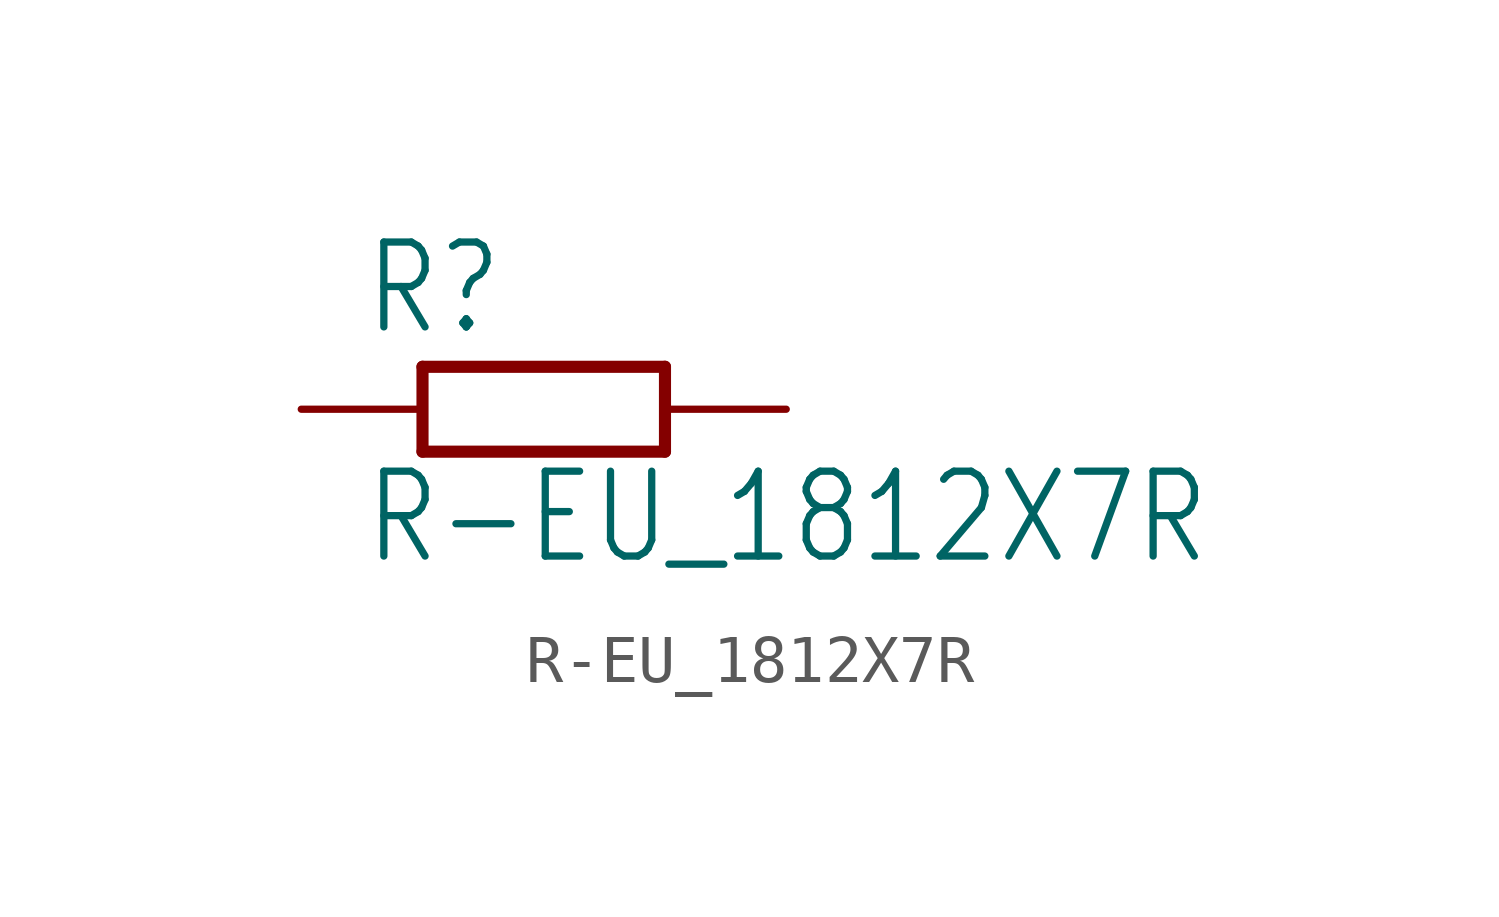
<source format=kicad_sym>
(kicad_symbol_lib
  (version 20220331)
  (generator kicad_symbol_editor)
  (symbol "R-EU_1812X7R"
    (property "Reference" "R"
      (at -3.81 1.499 0)
      (effects (font (size 1.778 1.511)) (justify left bottom)))
    (property "Value" "R-EU_1812X7R"
      (at -3.81 -3.302 0)
      (effects (font (size 1.778 1.511)) (justify left bottom)))
    (property "ki_locked" ""
      (at 0 0 0)
      (effects (font (size 1.27 1.27))))
    (symbol "R-EU_1812X7R_1_0"
      (polyline (pts (xy -2.54 -0.889) (xy -2.54 0.889)) (stroke (width 0.254) (type solid)) (fill (type none)))
      (polyline (pts (xy -2.54 -0.889) (xy 2.54 -0.889)) (stroke (width 0.254) (type solid)) (fill (type none)))
      (polyline (pts (xy 2.54 -0.889) (xy 2.54 0.889)) (stroke (width 0.254) (type solid)) (fill (type none)))
      (polyline (pts (xy 2.54 0.889) (xy -2.54 0.889)) (stroke (width 0.254) (type solid)) (fill (type none)))
      (pin passive line (at -5.08 0 0) (length 2.54) (name "1" (effects (font (size 0 0)))) (number "1" (effects (font (size 0 0)))))
      (pin passive line (at 5.08 0 180) (length 2.54) (name "2" (effects (font (size 0 0)))) (number "2" (effects (font (size 0 0))))))))
</source>
